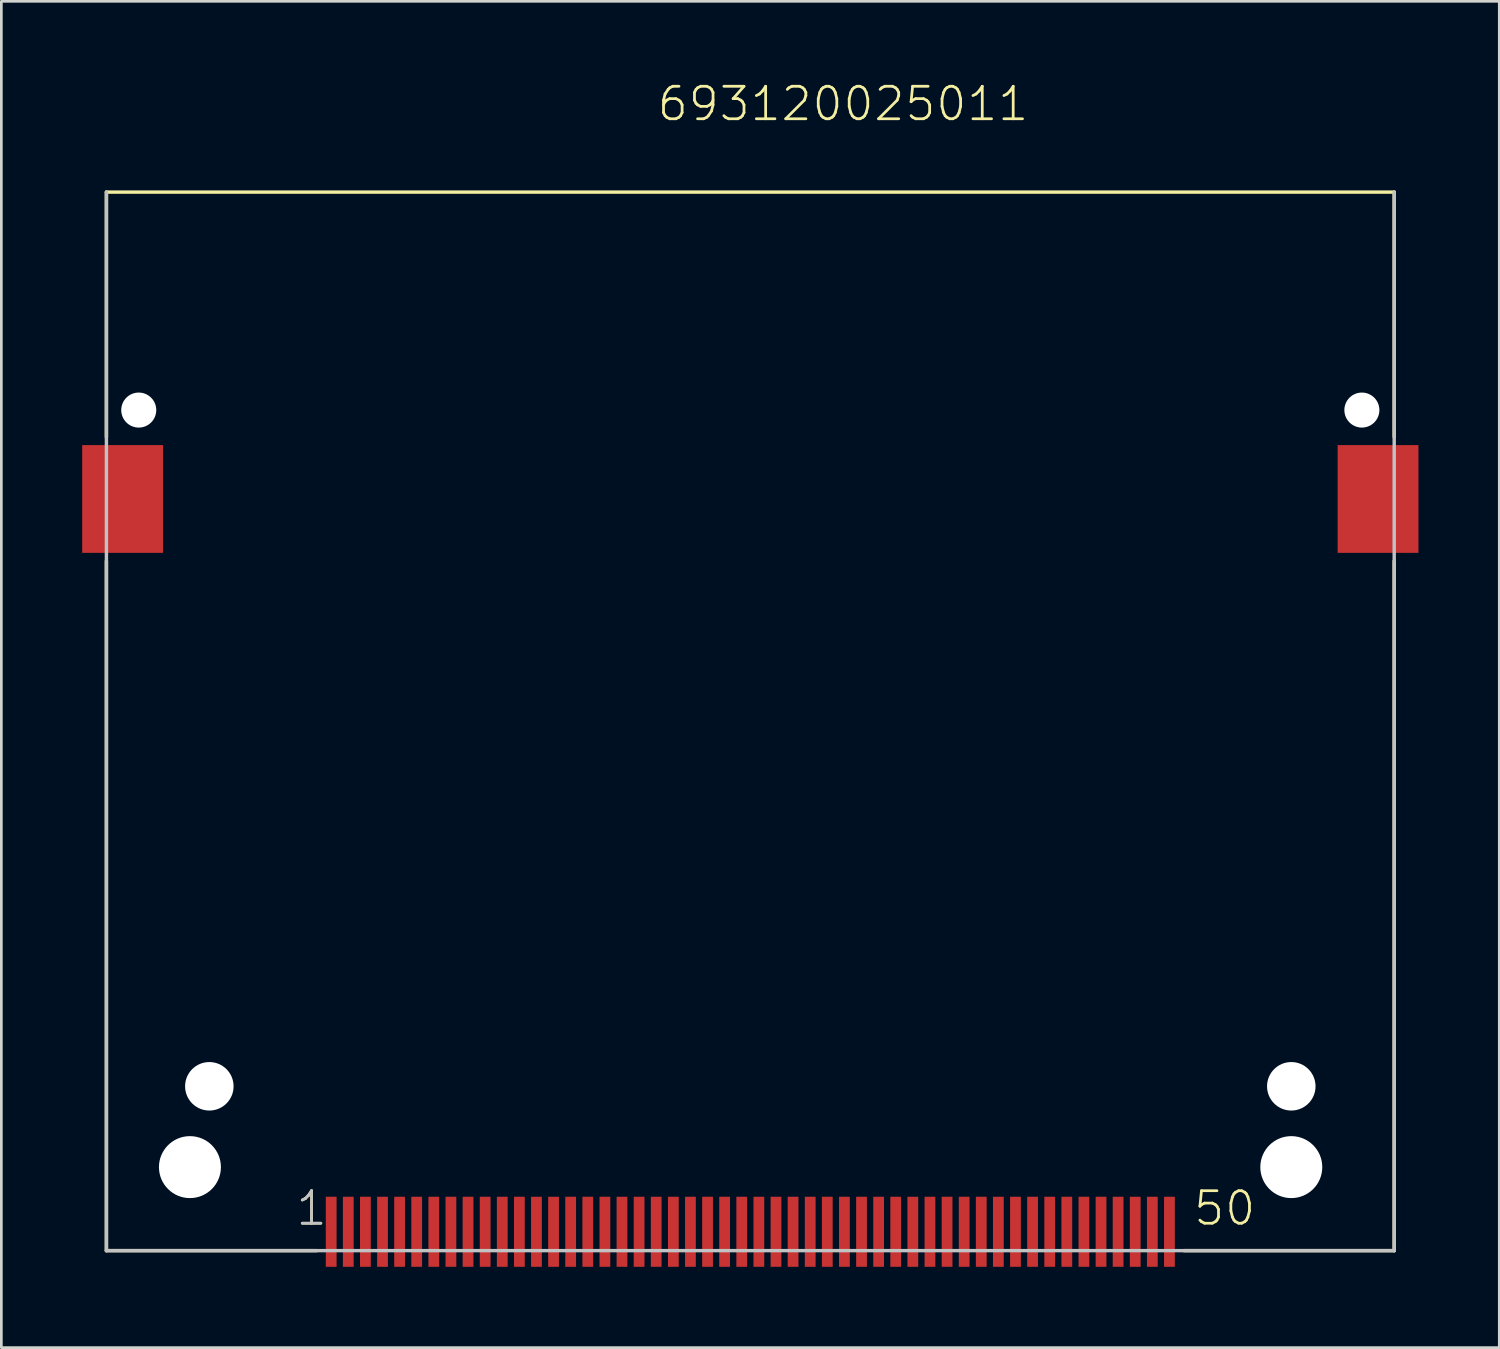
<source format=kicad_pcb>
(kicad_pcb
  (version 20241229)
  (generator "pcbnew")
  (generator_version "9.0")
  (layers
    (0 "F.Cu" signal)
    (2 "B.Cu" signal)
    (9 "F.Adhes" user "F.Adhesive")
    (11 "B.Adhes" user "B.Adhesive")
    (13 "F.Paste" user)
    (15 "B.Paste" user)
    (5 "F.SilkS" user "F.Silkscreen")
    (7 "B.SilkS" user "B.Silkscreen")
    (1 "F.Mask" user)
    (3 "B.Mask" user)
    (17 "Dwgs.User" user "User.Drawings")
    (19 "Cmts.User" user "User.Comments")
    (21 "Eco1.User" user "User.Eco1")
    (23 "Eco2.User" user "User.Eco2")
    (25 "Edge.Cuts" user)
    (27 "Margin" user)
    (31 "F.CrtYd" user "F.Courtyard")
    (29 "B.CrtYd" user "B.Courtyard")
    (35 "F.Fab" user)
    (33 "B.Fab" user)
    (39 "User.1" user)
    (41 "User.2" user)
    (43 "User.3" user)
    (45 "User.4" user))
  (footprint "693120025011"
    (layer "F.Cu")
    (at 24.8 42.671)
    (property "Reference" "693120025011" (at -3.518 -41.16 0) (layer "F.SilkS") (effects (font (size 1.206 1.206) (thickness 0.102)) (justify left bottom)))
    (attr through_hole)
    (fp_line (start -23.9 -29.5) (end -23.9 -38.59) (stroke (width 0.127) (type solid)) (layer "F.SilkS"))
    (fp_line (start -23.9 -24.9) (end -23.9 0.7) (stroke (width 0.127) (type solid)) (layer "F.SilkS"))
    (fp_line (start -23.9 0.7) (end -16.1 0.7) (stroke (width 0.127) (type solid)) (layer "F.SilkS"))
    (fp_line (start 16.1 0.7) (end 23.9 0.7) (stroke (width 0.127) (type solid)) (layer "F.SilkS"))
    (fp_line (start 23.9 -38.59) (end -23.9 -38.59) (stroke (width 0.127) (type solid)) (layer "F.SilkS"))
    (fp_line (start 23.9 -29.5) (end 23.9 -38.59) (stroke (width 0.127) (type solid)) (layer "F.SilkS"))
    (fp_line (start 23.9 0.7) (end 23.9 -24.9) (stroke (width 0.127) (type solid)) (layer "F.SilkS"))
    (fp_line (start -23.9 -38.59) (end -23.9 0.7) (stroke (width 0.127) (type solid)) (layer "Dwgs.User"))
    (fp_line (start -23.9 0.7) (end 23.9 0.7) (stroke (width 0.127) (type solid)) (layer "Dwgs.User"))
    (fp_line (start 23.9 0.7) (end 23.9 -38.59) (stroke (width 0.127) (type solid)) (layer "Dwgs.User"))
    (fp_text user "1" (at -16.927 -0.165 0) (layer "F.SilkS") (effects (font (size 1.206 1.206) (thickness 0.102)) (justify left bottom)))
    (fp_text user "50" (at 16.392 -0.165 0) (layer "F.SilkS") (effects (font (size 1.206 1.206) (thickness 0.102)) (justify left bottom)))
    (fp_text user "1" (at -16.927 -0.165 0) (layer "Dwgs.User") (effects (font (size 1.206 1.206) (thickness 0.102)) (justify left bottom)))
    (pad "" np_thru_hole circle (at -22.7 -30.5) (size 1.3 1.3) (drill 1.3) (layers "*.Cu"))
    (pad "" np_thru_hole circle (at -20.8 -2.4) (size 2.3 2.3) (drill 2.3) (layers "*.Cu"))
    (pad "" np_thru_hole circle (at -20.08 -5.4) (size 1.8 1.8) (drill 1.8) (layers "*.Cu"))
    (pad "" np_thru_hole circle (at 20.08 -5.4) (size 1.8 1.8) (drill 1.8) (layers "*.Cu"))
    (pad "" np_thru_hole circle (at 20.08 -2.4) (size 2.3 2.3) (drill 2.3) (layers "*.Cu"))
    (pad "" np_thru_hole circle (at 22.7 -30.5) (size 1.3 1.3) (drill 1.3) (layers "*.Cu"))
    (pad "1" smd rect (at -15.557 0 270) (size 2.6 0.4) (layers "F.Cu" "F.Mask" "F.Paste"))
    (pad "2" smd rect (at -14.287 0 270) (size 2.6 0.4) (layers "F.Cu" "F.Mask" "F.Paste"))
    (pad "3" smd rect (at -13.018 0 270) (size 2.6 0.4) (layers "F.Cu" "F.Mask" "F.Paste"))
    (pad "4" smd rect (at -11.748 0 180) (size 0.4 2.6) (layers "F.Cu" "F.Mask" "F.Paste"))
    (pad "5" smd rect (at -10.477 0 180) (size 0.4 2.6) (layers "F.Cu" "F.Mask" "F.Paste"))
    (pad "6" smd rect (at -9.207 0 180) (size 0.4 2.6) (layers "F.Cu" "F.Mask" "F.Paste"))
    (pad "7" smd rect (at -7.938 0 180) (size 0.4 2.6) (layers "F.Cu" "F.Mask" "F.Paste"))
    (pad "8" smd rect (at -6.668 0 180) (size 0.4 2.6) (layers "F.Cu" "F.Mask" "F.Paste"))
    (pad "9" smd rect (at -5.397 0 180) (size 0.4 2.6) (layers "F.Cu" "F.Mask" "F.Paste"))
    (pad "10" smd rect (at -4.128 0 180) (size 0.4 2.6) (layers "F.Cu" "F.Mask" "F.Paste"))
    (pad "11" smd rect (at -2.857 0 180) (size 0.4 2.6) (layers "F.Cu" "F.Mask" "F.Paste"))
    (pad "12" smd rect (at -1.587 0 180) (size 0.4 2.6) (layers "F.Cu" "F.Mask" "F.Paste"))
    (pad "13" smd rect (at -0.318 0 180) (size 0.4 2.6) (layers "F.Cu" "F.Mask" "F.Paste"))
    (pad "14" smd rect (at 0.953 0 180) (size 0.4 2.6) (layers "F.Cu" "F.Mask" "F.Paste"))
    (pad "15" smd rect (at 2.223 0 180) (size 0.4 2.6) (layers "F.Cu" "F.Mask" "F.Paste"))
    (pad "16" smd rect (at 3.493 0 180) (size 0.4 2.6) (layers "F.Cu" "F.Mask" "F.Paste"))
    (pad "17" smd rect (at 4.763 0 180) (size 0.4 2.6) (layers "F.Cu" "F.Mask" "F.Paste"))
    (pad "18" smd rect (at 6.032 0 180) (size 0.4 2.6) (layers "F.Cu" "F.Mask" "F.Paste"))
    (pad "19" smd rect (at 7.303 0 180) (size 0.4 2.6) (layers "F.Cu" "F.Mask" "F.Paste"))
    (pad "20" smd rect (at 8.572 0 180) (size 0.4 2.6) (layers "F.Cu" "F.Mask" "F.Paste"))
    (pad "21" smd rect (at 9.842 0 180) (size 0.4 2.6) (layers "F.Cu" "F.Mask" "F.Paste"))
    (pad "22" smd rect (at 11.113 0 180) (size 0.4 2.6) (layers "F.Cu" "F.Mask" "F.Paste"))
    (pad "23" smd rect (at 12.383 0 180) (size 0.4 2.6) (layers "F.Cu" "F.Mask" "F.Paste"))
    (pad "24" smd rect (at 13.652 0 180) (size 0.4 2.6) (layers "F.Cu" "F.Mask" "F.Paste"))
    (pad "25" smd rect (at 14.922 0 180) (size 0.4 2.6) (layers "F.Cu" "F.Mask" "F.Paste"))
    (pad "26" smd rect (at -14.922 0 180) (size 0.4 2.6) (layers "F.Cu" "F.Mask" "F.Paste"))
    (pad "27" smd rect (at -13.652 0 180) (size 0.4 2.6) (layers "F.Cu" "F.Mask" "F.Paste"))
    (pad "28" smd rect (at -12.383 0 180) (size 0.4 2.6) (layers "F.Cu" "F.Mask" "F.Paste"))
    (pad "29" smd rect (at -11.113 0 180) (size 0.4 2.6) (layers "F.Cu" "F.Mask" "F.Paste"))
    (pad "30" smd rect (at -9.842 0 180) (size 0.4 2.6) (layers "F.Cu" "F.Mask" "F.Paste"))
    (pad "31" smd rect (at -8.572 0 180) (size 0.4 2.6) (layers "F.Cu" "F.Mask" "F.Paste"))
    (pad "32" smd rect (at -7.303 0 180) (size 0.4 2.6) (layers "F.Cu" "F.Mask" "F.Paste"))
    (pad "33" smd rect (at -6.032 0 180) (size 0.4 2.6) (layers "F.Cu" "F.Mask" "F.Paste"))
    (pad "34" smd rect (at -4.763 0 180) (size 0.4 2.6) (layers "F.Cu" "F.Mask" "F.Paste"))
    (pad "35" smd rect (at -3.493 0 180) (size 0.4 2.6) (layers "F.Cu" "F.Mask" "F.Paste"))
    (pad "36" smd rect (at -2.223 0 180) (size 0.4 2.6) (layers "F.Cu" "F.Mask" "F.Paste"))
    (pad "37" smd rect (at -0.953 0 180) (size 0.4 2.6) (layers "F.Cu" "F.Mask" "F.Paste"))
    (pad "38" smd rect (at 0.318 0 180) (size 0.4 2.6) (layers "F.Cu" "F.Mask" "F.Paste"))
    (pad "39" smd rect (at 1.587 0 180) (size 0.4 2.6) (layers "F.Cu" "F.Mask" "F.Paste"))
    (pad "40" smd rect (at 2.857 0 180) (size 0.4 2.6) (layers "F.Cu" "F.Mask" "F.Paste"))
    (pad "41" smd rect (at 4.128 0 180) (size 0.4 2.6) (layers "F.Cu" "F.Mask" "F.Paste"))
    (pad "42" smd rect (at 5.397 0 180) (size 0.4 2.6) (layers "F.Cu" "F.Mask" "F.Paste"))
    (pad "43" smd rect (at 6.668 0 180) (size 0.4 2.6) (layers "F.Cu" "F.Mask" "F.Paste"))
    (pad "44" smd rect (at 7.938 0 180) (size 0.4 2.6) (layers "F.Cu" "F.Mask" "F.Paste"))
    (pad "45" smd rect (at 9.207 0 180) (size 0.4 2.6) (layers "F.Cu" "F.Mask" "F.Paste"))
    (pad "46" smd rect (at 10.477 0 180) (size 0.4 2.6) (layers "F.Cu" "F.Mask" "F.Paste"))
    (pad "47" smd rect (at 11.748 0 180) (size 0.4 2.6) (layers "F.Cu" "F.Mask" "F.Paste"))
    (pad "48" smd rect (at 13.018 0 180) (size 0.4 2.6) (layers "F.Cu" "F.Mask" "F.Paste"))
    (pad "49" smd rect (at 14.287 0 180) (size 0.4 2.6) (layers "F.Cu" "F.Mask" "F.Paste"))
    (pad "50" smd rect (at 15.557 0 180) (size 0.4 2.6) (layers "F.Cu" "F.Mask" "F.Paste"))
    (pad "Z1" smd rect (at -23.3 -27.2) (size 3 4) (layers "F.Cu" "F.Mask" "F.Paste"))
    (pad "Z2" smd rect (at 23.3 -27.2) (size 3 4) (layers "F.Cu" "F.Mask" "F.Paste")))
  (gr_rect
    (start -3 -3)
    (end 52.6 46.971)
    (stroke (width 0.1) (type default))
    (fill no)
    (layer "Edge.Cuts")))
</source>
